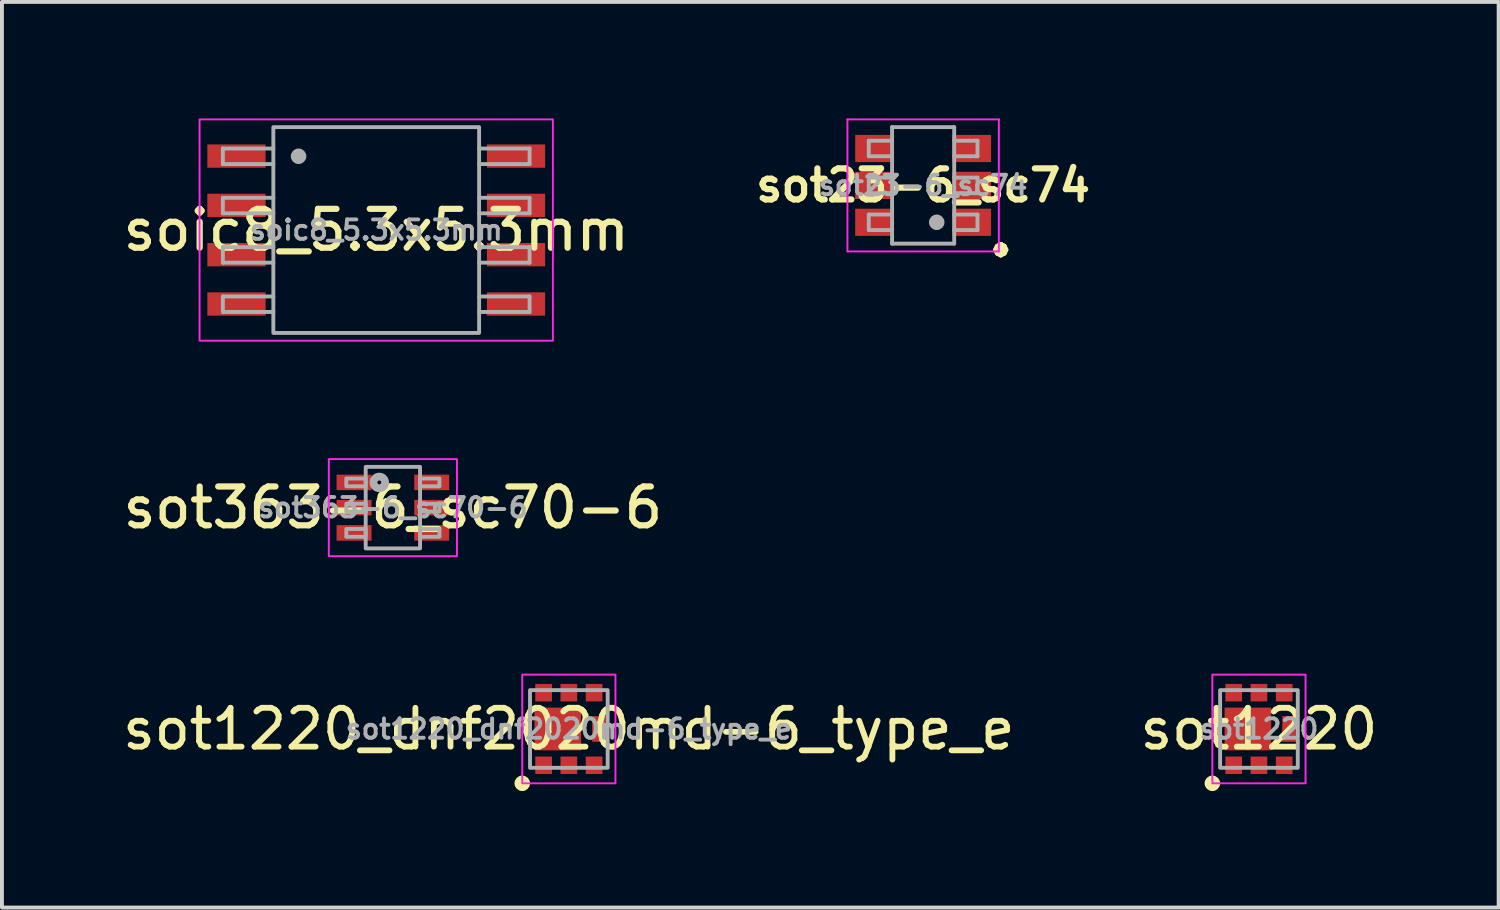
<source format=kicad_pcb>
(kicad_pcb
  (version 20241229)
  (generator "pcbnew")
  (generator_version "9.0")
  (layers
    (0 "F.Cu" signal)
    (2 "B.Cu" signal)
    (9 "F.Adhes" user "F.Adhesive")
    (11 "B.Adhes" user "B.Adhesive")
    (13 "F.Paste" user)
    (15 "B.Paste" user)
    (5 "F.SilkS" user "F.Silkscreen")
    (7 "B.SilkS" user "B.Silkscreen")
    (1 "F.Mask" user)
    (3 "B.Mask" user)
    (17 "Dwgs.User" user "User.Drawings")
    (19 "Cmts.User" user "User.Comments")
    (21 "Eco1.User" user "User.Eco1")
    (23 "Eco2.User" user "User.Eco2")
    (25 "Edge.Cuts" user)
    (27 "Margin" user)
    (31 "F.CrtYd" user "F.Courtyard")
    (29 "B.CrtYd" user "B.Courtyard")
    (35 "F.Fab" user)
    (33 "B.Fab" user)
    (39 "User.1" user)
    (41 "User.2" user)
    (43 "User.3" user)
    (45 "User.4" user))
  (footprint "sot23-6_sc74"
    (layer "F.Cu")
    (at 20.726 1.725)
    (property "Reference" "sot23-6_sc74" (at 0 0 0) (layer "F.SilkS") (effects (font (size 0.8 0.8) (thickness 0.16))))
    (property "Pin_1_mark" "•" (at 2 1.6 0) (layer "F.SilkS") (effects (font (size 0.8 0.8) (thickness 0.16))))
    (attr smd allow_soldermask_bridges)
    (fp_rect (start -1.85 -1.4) (end -0.65 1.4) (stroke (width 0) (type solid)) (fill yes) (layer "F.Mask"))
    (fp_rect (start 0.65 -1.4) (end 1.85 1.4) (stroke (width 0) (type solid)) (fill yes) (layer "F.Mask"))
    (fp_line (start -1.95 -1.7) (end 1.95 -1.7) (stroke (width 0.05) (type solid)) (layer "F.CrtYd"))
    (fp_line (start -1.95 1.7) (end -1.95 -1.7) (stroke (width 0.05) (type solid)) (layer "F.CrtYd"))
    (fp_line (start 1.95 -1.7) (end 1.95 1.7) (stroke (width 0.05) (type solid)) (layer "F.CrtYd"))
    (fp_line (start 1.95 1.7) (end -1.95 1.7) (stroke (width 0.05) (type solid)) (layer "F.CrtYd"))
    (fp_line (start -1.4 -1.15) (end -0.8 -1.15) (stroke (width 0.1) (type solid)) (layer "F.Fab"))
    (fp_line (start -1.4 -0.75) (end -1.4 -1.15) (stroke (width 0.1) (type solid)) (layer "F.Fab"))
    (fp_line (start -1.4 -0.2) (end -0.8 -0.2) (stroke (width 0.1) (type solid)) (layer "F.Fab"))
    (fp_line (start -1.4 0.2) (end -1.4 -0.2) (stroke (width 0.1) (type solid)) (layer "F.Fab"))
    (fp_line (start -1.4 0.75) (end -0.8 0.75) (stroke (width 0.1) (type solid)) (layer "F.Fab"))
    (fp_line (start -1.4 1.15) (end -1.4 0.75) (stroke (width 0.1) (type solid)) (layer "F.Fab"))
    (fp_line (start -0.8 -1.5) (end -0.8 1.5) (stroke (width 0.1) (type solid)) (layer "F.Fab"))
    (fp_line (start -0.8 -0.75) (end -1.4 -0.75) (stroke (width 0.1) (type solid)) (layer "F.Fab"))
    (fp_line (start -0.8 0.2) (end -1.4 0.2) (stroke (width 0.1) (type solid)) (layer "F.Fab"))
    (fp_line (start -0.8 1.15) (end -1.4 1.15) (stroke (width 0.1) (type solid)) (layer "F.Fab"))
    (fp_line (start -0.8 1.5) (end 0.8 1.5) (stroke (width 0.1) (type solid)) (layer "F.Fab"))
    (fp_line (start 0.8 -1.5) (end -0.8 -1.5) (stroke (width 0.1) (type solid)) (layer "F.Fab"))
    (fp_line (start 0.8 -0.75) (end 1.4 -0.75) (stroke (width 0.1) (type solid)) (layer "F.Fab"))
    (fp_line (start 0.8 0.2) (end 1.4 0.2) (stroke (width 0.1) (type solid)) (layer "F.Fab"))
    (fp_line (start 0.8 1.15) (end 1.4 1.15) (stroke (width 0.1) (type solid)) (layer "F.Fab"))
    (fp_line (start 0.8 1.5) (end 0.8 -1.5) (stroke (width 0.1) (type solid)) (layer "F.Fab"))
    (fp_line (start 1.4 -1.15) (end 0.8 -1.15) (stroke (width 0.1) (type solid)) (layer "F.Fab"))
    (fp_line (start 1.4 -0.75) (end 1.4 -1.15) (stroke (width 0.1) (type solid)) (layer "F.Fab"))
    (fp_line (start 1.4 -0.2) (end 0.8 -0.2) (stroke (width 0.1) (type solid)) (layer "F.Fab"))
    (fp_line (start 1.4 0.2) (end 1.4 -0.2) (stroke (width 0.1) (type solid)) (layer "F.Fab"))
    (fp_line (start 1.4 0.75) (end 0.8 0.75) (stroke (width 0.1) (type solid)) (layer "F.Fab"))
    (fp_line (start 1.4 1.15) (end 1.4 0.75) (stroke (width 0.1) (type solid)) (layer "F.Fab"))
    (fp_circle (center 0.35 0.95) (end 0.35 0.85) (stroke (width 0.2) (type solid)) (fill no) (layer "F.Fab"))
    (fp_text user "${REFERENCE}" (at 0 0 0) (layer "F.Fab") (effects (font (size 0.5 0.5) (thickness 0.1))))
    (pad "1" smd rect (at 1.25 0.95 90) (size 0.7 1) (layers "F.Cu" "F.Paste"))
    (pad "2" smd rect (at 1.25 0 90) (size 0.7 1) (layers "F.Cu" "F.Paste"))
    (pad "3" smd rect (at 1.25 -0.95 90) (size 0.7 1) (layers "F.Cu" "F.Paste"))
    (pad "4" smd rect (at -1.25 -0.95 90) (size 0.7 1) (layers "F.Cu" "F.Paste"))
    (pad "5" smd rect (at -1.25 0 90) (size 0.7 1) (layers "F.Cu" "F.Paste"))
    (pad "6" smd rect (at -1.25 0.95 90) (size 0.7 1) (layers "F.Cu" "F.Paste")))
  (footprint "sot363-6_sc70-6"
    (layer "F.Cu")
    (at 7.069 10.025)
    (property "Reference" "sot363-6_sc70-6" (at 0 0 0) (layer "F.SilkS") (effects (font (size 1 1) (thickness 0.16))))
    (attr smd)
    (fp_rect (start -1.5 -0.9) (end -0.5 0.9) (stroke (width 0) (type solid)) (fill yes) (layer "F.Mask"))
    (fp_rect (start 0.5 -0.9) (end 1.5 0.9) (stroke (width 0) (type solid)) (fill yes) (layer "F.Mask"))
    (fp_rect (start -1.65 -1.25) (end 1.65 1.25) (stroke (width 0.05) (type solid)) (fill no) (layer "F.CrtYd"))
    (fp_rect (start -1.2 -0.75) (end -0.7 -0.55) (stroke (width 0.1) (type default)) (fill no) (layer "F.Fab"))
    (fp_rect (start -1.2 -0.1) (end -0.7 0.1) (stroke (width 0.1) (type default)) (fill no) (layer "F.Fab"))
    (fp_rect (start -1.2 0.55) (end -0.7 0.75) (stroke (width 0.1) (type default)) (fill no) (layer "F.Fab"))
    (fp_rect (start -0.7 -1.05) (end 0.7 1.05) (stroke (width 0.1) (type solid)) (fill no) (layer "F.Fab"))
    (fp_rect (start 0.7 -0.75) (end 1.2 -0.55) (stroke (width 0.1) (type default)) (fill no) (layer "F.Fab"))
    (fp_rect (start 0.7 -0.1) (end 1.2 0.1) (stroke (width 0.1) (type default)) (fill no) (layer "F.Fab"))
    (fp_rect (start 0.7 0.55) (end 1.2 0.75) (stroke (width 0.1) (type default)) (fill no) (layer "F.Fab"))
    (fp_circle (center -0.35 -0.65) (end -0.3 -0.65) (stroke (width 0.2) (type solid)) (fill no) (layer "F.Fab"))
    (fp_text user "${REFERENCE}" (at 0 0 0) (layer "F.Fab") (effects (font (size 0.5 0.5) (thickness 0.1))))
    (pad "1" smd rect (at -1 -0.65) (size 0.9 0.4) (layers "F.Cu" "F.Paste"))
    (pad "2" smd rect (at -1 0) (size 0.9 0.4) (layers "F.Cu" "F.Paste"))
    (pad "3" smd rect (at -1 0.65) (size 0.9 0.4) (layers "F.Cu" "F.Paste"))
    (pad "4" smd rect (at 1 0.65) (size 0.9 0.4) (layers "F.Cu" "F.Paste"))
    (pad "5" smd rect (at 1 0) (size 0.9 0.4) (layers "F.Cu" "F.Paste"))
    (pad "6" smd rect (at 1 -0.65) (size 0.9 0.4) (layers "F.Cu" "F.Paste")))
  (footprint "sot1220_dnf2020md-6_type_e"
    (layer "F.Cu")
    (at 11.601 15.725)
    (property "Reference" "sot1220_dnf2020md-6_type_e" (at 0 0 0) (unlocked yes) (layer "F.SilkS") (effects (font (size 1 1) (thickness 0.15))))
    (attr smd)
    (fp_rect (start 0.375 -0.7) (end 0.97 0.7) (stroke (width 0.1) (type solid)) (fill yes) (layer "F.Mask"))
    (fp_circle (center -1.2 1.4) (end -1.1 1.4) (stroke (width 0.2) (type solid)) (fill no) (layer "F.SilkS"))
    (fp_rect (start 1.2 1.4) (end -1.2 -1.4) (stroke (width 0.05) (type solid)) (fill no) (layer "F.CrtYd"))
    (fp_rect (start -1 -1) (end 1 1) (stroke (width 0.1) (type solid)) (fill no) (layer "F.Fab"))
    (fp_text user "${REFERENCE}" (at 0 0 0) (unlocked yes) (layer "F.Fab") (effects (font (size 0.5 0.5) (thickness 0.1) (bold yes))))
    (pad "1" smd rect (at -0.65 0.935 90) (size 0.45 0.43) (layers "F.Cu" "F.Mask" "F.Paste"))
    (pad "2" smd rect (at 0 0.935 90) (size 0.45 0.43) (layers "F.Cu" "F.Mask" "F.Paste"))
    (pad "3" smd rect (at 0.65 0.935 90) (size 0.45 0.43) (layers "F.Cu" "F.Mask" "F.Paste"))
    (pad "4" smd rect (at 0.65 -0.935 90) (size 0.45 0.43) (layers "F.Cu" "F.Mask" "F.Paste"))
    (pad "5" smd rect (at 0 -0.935 90) (size 0.45 0.43) (layers "F.Cu" "F.Mask" "F.Paste"))
    (pad "6" smd rect (at -0.65 -0.935 90) (size 0.45 0.43) (layers "F.Cu" "F.Mask" "F.Paste"))
    (pad "7" smd rect (at -0.285 0 90) (size 1.1 1.2) (layers "F.Cu" "F.Mask" "F.Paste"))
    (pad "8" smd rect (at 0.775 0 90) (size 0.66 0.35) (layers "F.Cu" "F.Mask" "F.Paste")))
  (footprint "soic8_5.3x5.3mm"
    (layer "F.Cu")
    (at 6.64 2.875)
    (property "Reference" "soic8_5.3x5.3mm" (at 0 0 0) (unlocked yes) (layer "F.SilkS") (effects (font (size 1 1) (thickness 0.16))))
    (attr smd)
    (fp_rect (start -4.55 -2.85) (end 4.55 2.85) (stroke (width 0.05) (type solid)) (fill no) (layer "F.CrtYd"))
    (fp_line (start -3.95 -2.1) (end -2.65 -2.1) (stroke (width 0.1) (type default)) (layer "F.Fab"))
    (fp_line (start -3.95 -1.7) (end -3.95 -2.1) (stroke (width 0.1) (type default)) (layer "F.Fab"))
    (fp_line (start -3.95 -1.7) (end -2.65 -1.7) (stroke (width 0.1) (type default)) (layer "F.Fab"))
    (fp_line (start -3.95 -0.83) (end -2.65 -0.83) (stroke (width 0.1) (type default)) (layer "F.Fab"))
    (fp_line (start -3.95 -0.43) (end -3.95 -0.83) (stroke (width 0.1) (type default)) (layer "F.Fab"))
    (fp_line (start -3.95 -0.43) (end -2.65 -0.43) (stroke (width 0.1) (type default)) (layer "F.Fab"))
    (fp_line (start -3.95 0.44) (end -2.65 0.44) (stroke (width 0.1) (type default)) (layer "F.Fab"))
    (fp_line (start -3.95 0.84) (end -3.95 0.44) (stroke (width 0.1) (type default)) (layer "F.Fab"))
    (fp_line (start -3.95 0.84) (end -2.65 0.84) (stroke (width 0.1) (type default)) (layer "F.Fab"))
    (fp_line (start -3.95 1.71) (end -2.65 1.71) (stroke (width 0.1) (type default)) (layer "F.Fab"))
    (fp_line (start -3.95 2.11) (end -3.95 1.71) (stroke (width 0.1) (type default)) (layer "F.Fab"))
    (fp_line (start -3.95 2.11) (end -2.65 2.11) (stroke (width 0.1) (type default)) (layer "F.Fab"))
    (fp_line (start 3.95 -2.1) (end 2.65 -2.1) (stroke (width 0.1) (type default)) (layer "F.Fab"))
    (fp_line (start 3.95 -2.1) (end 3.95 -1.7) (stroke (width 0.1) (type default)) (layer "F.Fab"))
    (fp_line (start 3.95 -1.7) (end 2.65 -1.7) (stroke (width 0.1) (type default)) (layer "F.Fab"))
    (fp_line (start 3.95 -0.83) (end 2.65 -0.83) (stroke (width 0.1) (type default)) (layer "F.Fab"))
    (fp_line (start 3.95 -0.83) (end 3.95 -0.43) (stroke (width 0.1) (type default)) (layer "F.Fab"))
    (fp_line (start 3.95 -0.43) (end 2.65 -0.43) (stroke (width 0.1) (type default)) (layer "F.Fab"))
    (fp_line (start 3.95 0.44) (end 2.65 0.44) (stroke (width 0.1) (type default)) (layer "F.Fab"))
    (fp_line (start 3.95 0.44) (end 3.95 0.84) (stroke (width 0.1) (type default)) (layer "F.Fab"))
    (fp_line (start 3.95 0.84) (end 2.65 0.84) (stroke (width 0.1) (type default)) (layer "F.Fab"))
    (fp_line (start 3.95 1.71) (end 2.65 1.71) (stroke (width 0.1) (type default)) (layer "F.Fab"))
    (fp_line (start 3.95 1.71) (end 3.95 2.11) (stroke (width 0.1) (type default)) (layer "F.Fab"))
    (fp_line (start 3.95 2.11) (end 2.65 2.11) (stroke (width 0.1) (type default)) (layer "F.Fab"))
    (fp_rect (start -2.65 -2.65) (end 2.65 2.65) (stroke (width 0.1) (type solid)) (fill no) (layer "F.Fab"))
    (fp_circle (center -2 -1.9) (end -1.9 -1.9) (stroke (width 0.2) (type solid)) (fill no) (layer "F.Fab"))
    (fp_text user "${REFERENCE}" (at 0 0 0) (unlocked yes) (layer "F.Fab") (effects (font (size 0.5 0.5) (thickness 0.1) (bold yes))))
    (pad "1" smd rect (at -3.6 -1.905 270) (size 0.6 1.5) (layers "F.Cu" "F.Mask" "F.Paste"))
    (pad "2" smd rect (at -3.6 -0.635 270) (size 0.6 1.5) (layers "F.Cu" "F.Mask" "F.Paste"))
    (pad "3" smd rect (at -3.6 0.635 270) (size 0.6 1.5) (layers "F.Cu" "F.Mask" "F.Paste"))
    (pad "4" smd rect (at -3.6 1.905 270) (size 0.6 1.5) (layers "F.Cu" "F.Mask" "F.Paste"))
    (pad "5" smd rect (at 3.6 1.905 270) (size 0.6 1.5) (layers "F.Cu" "F.Mask" "F.Paste"))
    (pad "6" smd rect (at 3.6 0.635 270) (size 0.6 1.5) (layers "F.Cu" "F.Mask" "F.Paste"))
    (pad "7" smd rect (at 3.6 -0.635 270) (size 0.6 1.5) (layers "F.Cu" "F.Mask" "F.Paste"))
    (pad "8" smd rect (at 3.6 -1.905 270) (size 0.6 1.5) (layers "F.Cu" "F.Mask" "F.Paste")))
  (footprint "sot1220"
    (layer "F.Cu")
    (at 29.375 15.725)
    (property "Reference" "sot1220" (at 0 0 0) (unlocked yes) (layer "F.SilkS") (effects (font (size 1 1) (thickness 0.15))))
    (attr smd)
    (fp_rect (start 0.375 -0.7) (end 0.97 0.7) (stroke (width 0.1) (type solid)) (fill yes) (layer "F.Mask"))
    (fp_circle (center -1.2 1.4) (end -1.1 1.4) (stroke (width 0.2) (type solid)) (fill no) (layer "F.SilkS"))
    (fp_rect (start 1.2 1.4) (end -1.2 -1.4) (stroke (width 0.05) (type solid)) (fill no) (layer "F.CrtYd"))
    (fp_rect (start -1 -1) (end 1 1) (stroke (width 0.1) (type solid)) (fill no) (layer "F.Fab"))
    (fp_text user "${REFERENCE}" (at 0 0 0) (unlocked yes) (layer "F.Fab") (effects (font (size 0.5 0.5) (thickness 0.1) (bold yes))))
    (pad "1" smd rect (at -0.65 0.935 90) (size 0.45 0.43) (layers "F.Cu" "F.Mask" "F.Paste"))
    (pad "2" smd rect (at 0 0.935 90) (size 0.45 0.43) (layers "F.Cu" "F.Mask" "F.Paste"))
    (pad "3" smd rect (at 0.65 0.935 90) (size 0.45 0.43) (layers "F.Cu" "F.Mask" "F.Paste"))
    (pad "4" smd rect (at 0.65 -0.935 90) (size 0.45 0.43) (layers "F.Cu" "F.Mask" "F.Paste"))
    (pad "5" smd rect (at 0 -0.935 90) (size 0.45 0.43) (layers "F.Cu" "F.Mask" "F.Paste"))
    (pad "6" smd rect (at -0.65 -0.935 90) (size 0.45 0.43) (layers "F.Cu" "F.Mask" "F.Paste"))
    (pad "7" smd rect (at -0.285 0 90) (size 1.1 1.2) (layers "F.Cu" "F.Mask" "F.Paste"))
    (pad "8" smd rect (at 0.775 0 90) (size 0.66 0.35) (layers "F.Cu" "F.Mask" "F.Paste")))
  (gr_rect
    (start -3 -3)
    (end 35.548 20.325)
    (stroke (width 0.1) (type default))
    (fill no)
    (layer "Edge.Cuts")))
</source>
